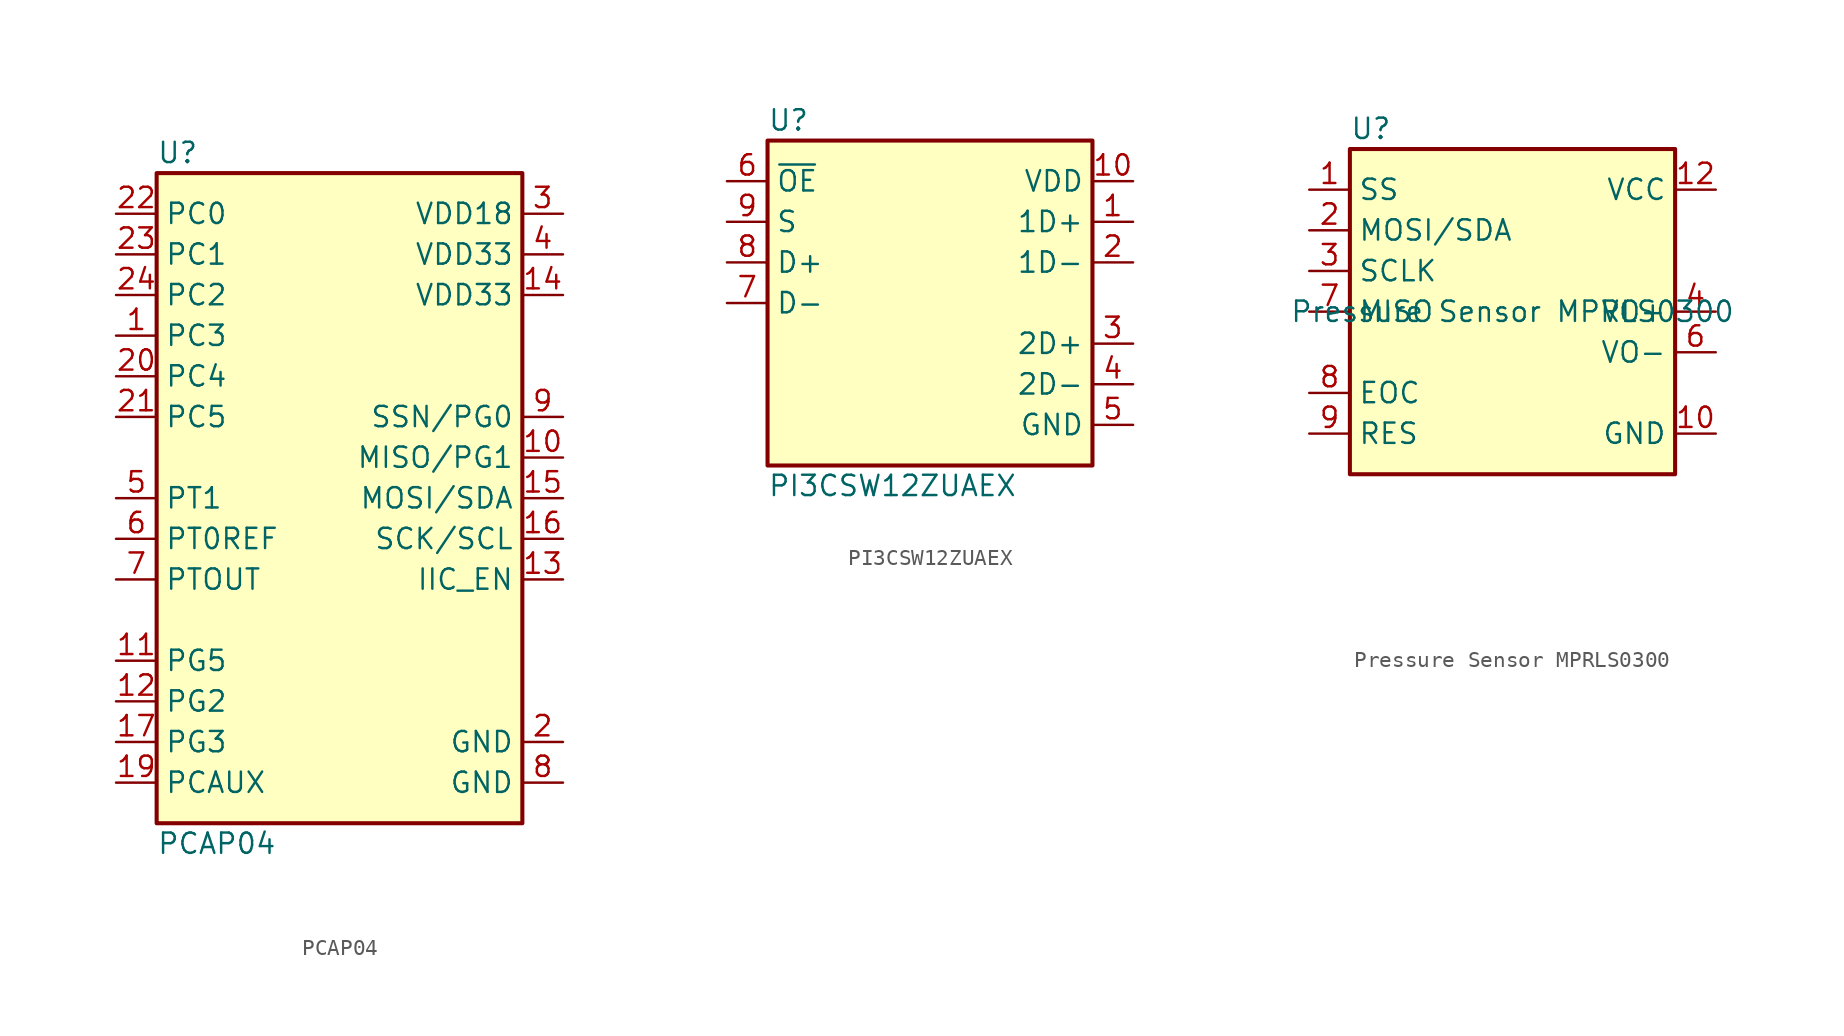
<source format=kicad_sym>
(kicad_symbol_lib
  (version 20231120)
  (generator "kicad_symbol_editor")
  (generator_version "8.0")
  (symbol "PCAP04"
    (property "Reference" "U"
      (at -11.43 25.4 0)
      (effects (font (size 1.27 1.27)) (justify left)))
    (property "Value" "PCAP04"
      (at -11.43 -17.78 0)
      (effects (font (size 1.27 1.27)) (justify left)))
    (symbol "PCAP04_0_1"
      (rectangle (start -11.43 24.13) (end 11.43 -16.51) (stroke (width 0.254) (type default)) (fill (type background))))
    (symbol "PCAP04_1_0"
      (pin input line (at -13.97 13.97 0) (length 2.54) (name "PC3" (effects (font (size 1.27 1.27)))) (number "1" (effects (font (size 1.27 1.27)))))
      (pin bidirectional line (at 13.97 6.35 180) (length 2.54) (name "MISO/PG1" (effects (font (size 1.27 1.27)))) (number "10" (effects (font (size 1.27 1.27)))))
      (pin bidirectional line (at -13.97 -6.35 0) (length 2.54) (name "PG5" (effects (font (size 1.27 1.27)))) (number "11" (effects (font (size 1.27 1.27)))))
      (pin bidirectional line (at -13.97 -8.89 0) (length 2.54) (name "PG2" (effects (font (size 1.27 1.27)))) (number "12" (effects (font (size 1.27 1.27)))))
      (pin input line (at 13.97 -1.27 180) (length 2.54) (name "IIC_EN" (effects (font (size 1.27 1.27)))) (number "13" (effects (font (size 1.27 1.27)))))
      (pin power_in line (at 13.97 16.51 180) (length 2.54) (name "VDD33" (effects (font (size 1.27 1.27)))) (number "14" (effects (font (size 1.27 1.27)))))
      (pin bidirectional line (at 13.97 3.81 180) (length 2.54) (name "MOSI/SDA" (effects (font (size 1.27 1.27)))) (number "15" (effects (font (size 1.27 1.27)))))
      (pin input line (at 13.97 1.27 180) (length 2.54) (name "SCK/SCL" (effects (font (size 1.27 1.27)))) (number "16" (effects (font (size 1.27 1.27)))))
      (pin bidirectional line (at -13.97 -11.43 0) (length 2.54) (name "PG3" (effects (font (size 1.27 1.27)))) (number "17" (effects (font (size 1.27 1.27)))))
      (pin passive line (at -13.97 -13.97 0) (length 2.54) (name "PCAUX" (effects (font (size 1.27 1.27)))) (number "19" (effects (font (size 1.27 1.27)))))
      (pin power_in line (at 13.97 -11.43 180) (length 2.54) (name "GND" (effects (font (size 1.27 1.27)))) (number "2" (effects (font (size 1.27 1.27)))))
      (pin input line (at -13.97 11.43 0) (length 2.54) (name "PC4" (effects (font (size 1.27 1.27)))) (number "20" (effects (font (size 1.27 1.27)))))
      (pin input line (at -13.97 8.89 0) (length 2.54) (name "PC5" (effects (font (size 1.27 1.27)))) (number "21" (effects (font (size 1.27 1.27)))))
      (pin input line (at -13.97 19.05 0) (length 2.54) (name "PC1" (effects (font (size 1.27 1.27)))) (number "23" (effects (font (size 1.27 1.27)))))
      (pin input line (at -13.97 16.51 0) (length 2.54) (name "PC2" (effects (font (size 1.27 1.27)))) (number "24" (effects (font (size 1.27 1.27)))))
      (pin power_in line (at 13.97 21.59 180) (length 2.54) (name "VDD18" (effects (font (size 1.27 1.27)))) (number "3" (effects (font (size 1.27 1.27)))))
      (pin power_in line (at 13.97 19.05 180) (length 2.54) (name "VDD33" (effects (font (size 1.27 1.27)))) (number "4" (effects (font (size 1.27 1.27)))))
      (pin input line (at -13.97 3.81 0) (length 2.54) (name "PT1" (effects (font (size 1.27 1.27)))) (number "5" (effects (font (size 1.27 1.27)))))
      (pin input line (at -13.97 1.27 0) (length 2.54) (name "PT0REF" (effects (font (size 1.27 1.27)))) (number "6" (effects (font (size 1.27 1.27)))))
      (pin output line (at -13.97 -1.27 0) (length 2.54) (name "PTOUT" (effects (font (size 1.27 1.27)))) (number "7" (effects (font (size 1.27 1.27)))))
      (pin power_in line (at 13.97 -13.97 180) (length 2.54) (name "GND" (effects (font (size 1.27 1.27)))) (number "8" (effects (font (size 1.27 1.27)))))
      (pin bidirectional line (at 13.97 8.89 180) (length 2.54) (name "SSN/PG0" (effects (font (size 1.27 1.27)))) (number "9" (effects (font (size 1.27 1.27))))))
    (symbol "PCAP04_1_1"
      (pin input line (at -13.97 21.59 0) (length 2.54) (name "PC0" (effects (font (size 1.27 1.27)))) (number "22" (effects (font (size 1.27 1.27)))))))
  (symbol "PI3CSW12ZUAEX"
    (property "Reference" "U"
      (at -10.16 11.43 0)
      (do_not_autoplace)
      (effects (font (size 1.27 1.27)) (justify left)))
    (property "Value" "PI3CSW12ZUAEX"
      (at -10.16 -11.43 0)
      (do_not_autoplace)
      (effects (font (size 1.27 1.27)) (justify left)))
    (symbol "PI3CSW12ZUAEX_0_0"
      (rectangle (start -10.16 10.16) (end 10.16 -10.16) (stroke (width 0.254) (type default)) (fill (type background))))
    (symbol "PI3CSW12ZUAEX_1_1"
      (pin bidirectional line (at 12.7 5.08 180) (length 2.54) (name "1D+" (effects (font (size 1.27 1.27)))) (number "1" (effects (font (size 1.27 1.27)))))
      (pin power_in line (at 12.7 7.62 180) (length 2.54) (name "VDD" (effects (font (size 1.27 1.27)))) (number "10" (effects (font (size 1.27 1.27)))))
      (pin bidirectional line (at 12.7 2.54 180) (length 2.54) (name "1D-" (effects (font (size 1.27 1.27)))) (number "2" (effects (font (size 1.27 1.27)))))
      (pin bidirectional line (at 12.7 -2.54 180) (length 2.54) (name "2D+" (effects (font (size 1.27 1.27)))) (number "3" (effects (font (size 1.27 1.27)))))
      (pin bidirectional line (at 12.7 -5.08 180) (length 2.54) (name "2D-" (effects (font (size 1.27 1.27)))) (number "4" (effects (font (size 1.27 1.27)))))
      (pin passive line (at 12.7 -7.62 180) (length 2.54) (name "GND" (effects (font (size 1.27 1.27)))) (number "5" (effects (font (size 1.27 1.27)))))
      (pin input line (at -12.7 7.62 0) (length 2.54) (name "~{OE}" (effects (font (size 1.27 1.27)))) (number "6" (effects (font (size 1.27 1.27)))))
      (pin bidirectional line (at -12.7 0 0) (length 2.54) (name "D-" (effects (font (size 1.27 1.27)))) (number "7" (effects (font (size 1.27 1.27)))))
      (pin bidirectional line (at -12.7 2.54 0) (length 2.54) (name "D+" (effects (font (size 1.27 1.27)))) (number "8" (effects (font (size 1.27 1.27)))))
      (pin input line (at -12.7 5.08 0) (length 2.54) (name "S" (effects (font (size 1.27 1.27)))) (number "9" (effects (font (size 1.27 1.27)))))))
  (symbol "Pressure Sensor MPRLS0300"
    (property "Reference" "U"
      (at -10.16 11.43 0)
      (effects (font (size 1.27 1.27)) (justify left)))
    (property "Value" "Pressure Sensor MPRLS0300"
      (at 0 0 0)
      (effects (font (size 1.27 1.27))))
    (symbol "Pressure Sensor MPRLS0300_1_0"
      (pin power_in line (at 12.7 -7.62 180) (length 2.54) (name "GND" (effects (font (size 1.27 1.27)))) (number "10" (effects (font (size 1.27 1.27)))))
      (pin no_connect line (at 0 -17.78 0) (length 2.54) hide (name "NC" (effects (font (size 1.27 1.27)))) (number "11" (effects (font (size 1.27 1.27)))))
      (pin power_in line (at 12.7 7.62 180) (length 2.54) (name "VCC" (effects (font (size 1.27 1.27)))) (number "12" (effects (font (size 1.27 1.27)))))
      (pin bidirectional line (at -12.7 5.08 0) (length 2.54) (name "MOSI/SDA" (effects (font (size 1.27 1.27)))) (number "2" (effects (font (size 1.27 1.27)))))
      (pin input line (at -12.7 2.54 0) (length 2.54) (name "SCLK" (effects (font (size 1.27 1.27)))) (number "3" (effects (font (size 1.27 1.27)))))
      (pin passive line (at 12.7 0 180) (length 2.54) (name "VO+" (effects (font (size 1.27 1.27)))) (number "4" (effects (font (size 1.27 1.27)))))
      (pin no_connect line (at 0 -15.875 0) (length 2.54) hide (name "NC" (effects (font (size 1.27 1.27)))) (number "5" (effects (font (size 1.27 1.27)))))
      (pin passive line (at 12.7 -2.54 180) (length 2.54) (name "VO-" (effects (font (size 1.27 1.27)))) (number "6" (effects (font (size 1.27 1.27)))))
      (pin output line (at -12.7 0 0) (length 2.54) (name "MISO" (effects (font (size 1.27 1.27)))) (number "7" (effects (font (size 1.27 1.27)))))
      (pin output line (at -12.7 -5.08 0) (length 2.54) (name "EOC" (effects (font (size 1.27 1.27)))) (number "8" (effects (font (size 1.27 1.27)))))
      (pin input line (at -12.7 -7.62 0) (length 2.54) (name "RES" (effects (font (size 1.27 1.27)))) (number "9" (effects (font (size 1.27 1.27))))))
    (symbol "Pressure Sensor MPRLS0300_1_1"
      (rectangle (start -10.16 10.16) (end 10.16 -10.16) (stroke (width 0.254) (type default)) (fill (type background)))
      (pin input line (at -12.7 7.62 0) (length 2.54) (name "SS" (effects (font (size 1.27 1.27)))) (number "1" (effects (font (size 1.27 1.27))))))))
</source>
